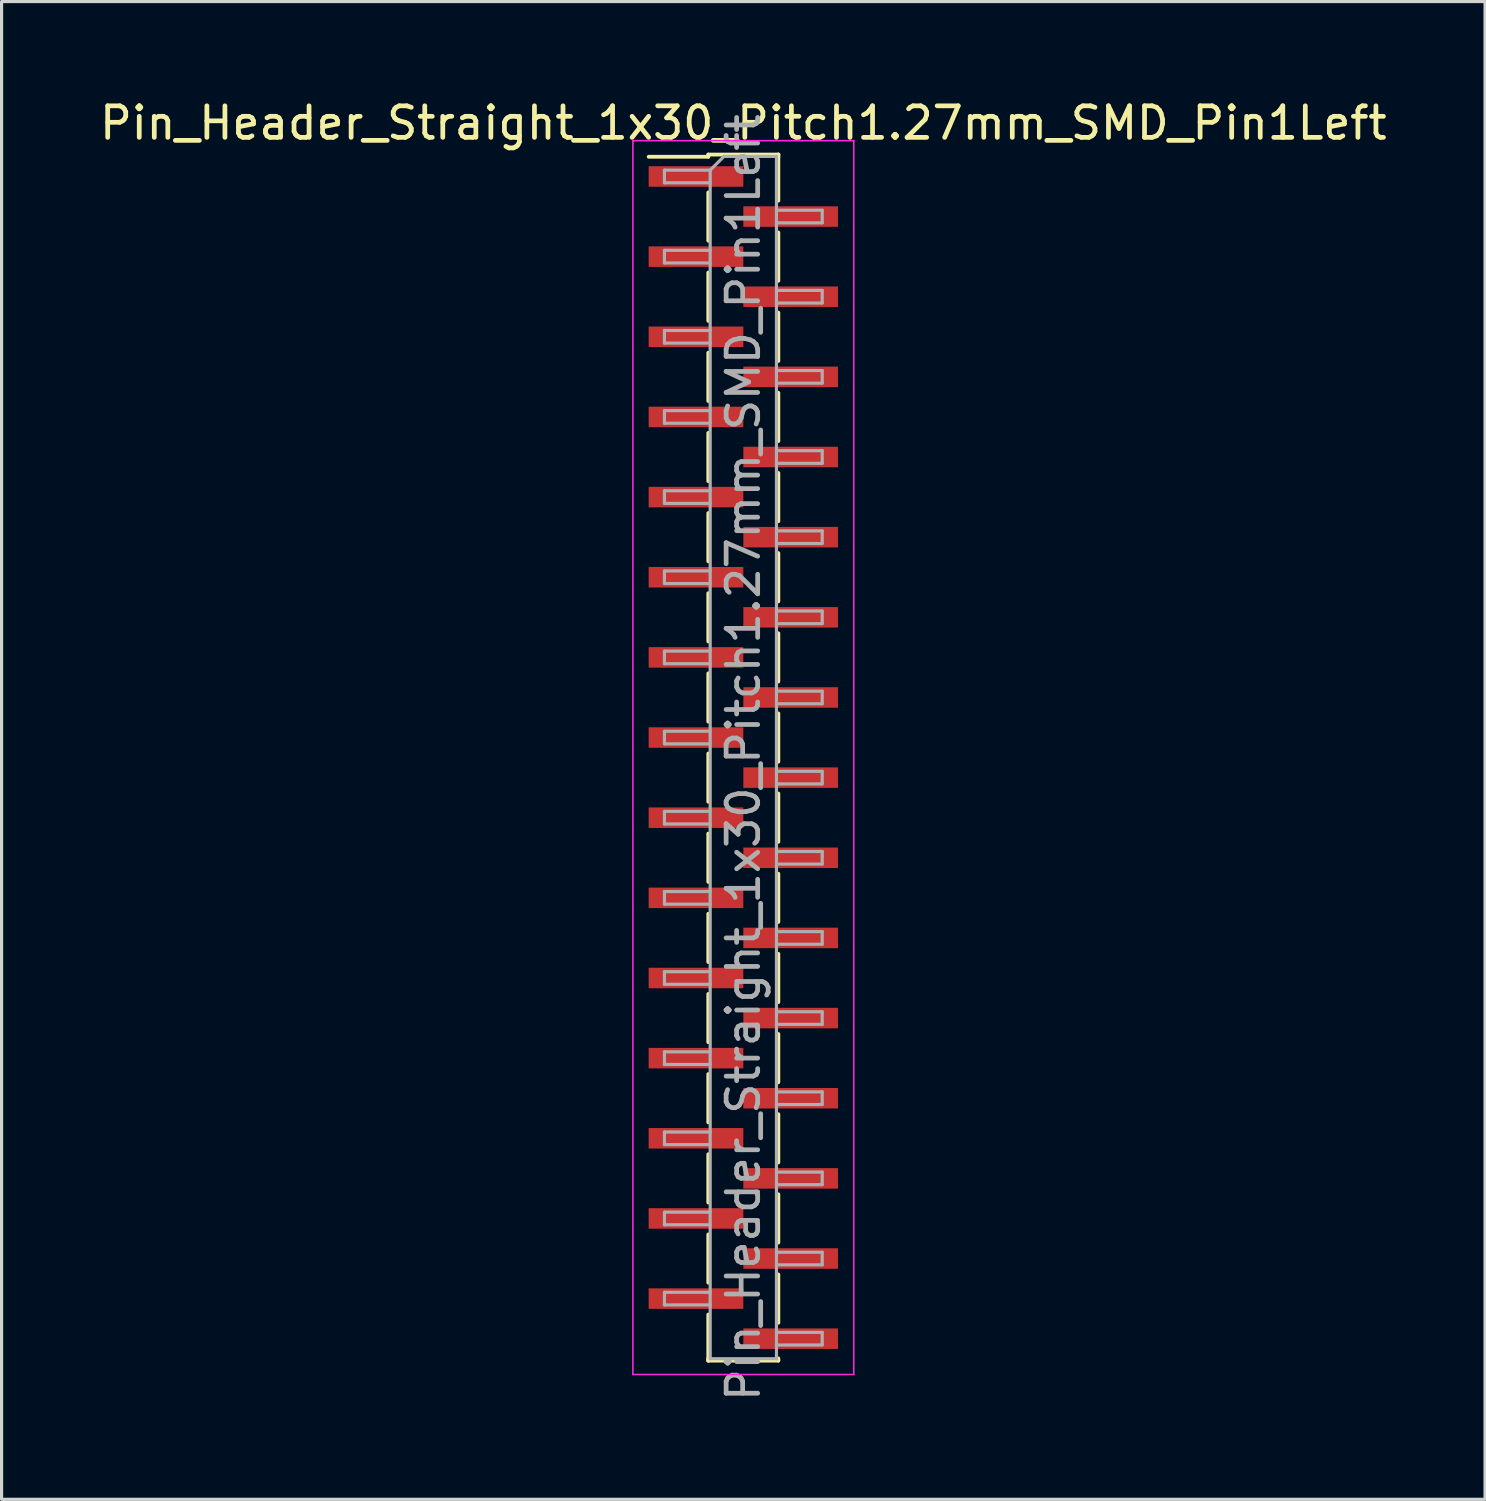
<source format=kicad_pcb>
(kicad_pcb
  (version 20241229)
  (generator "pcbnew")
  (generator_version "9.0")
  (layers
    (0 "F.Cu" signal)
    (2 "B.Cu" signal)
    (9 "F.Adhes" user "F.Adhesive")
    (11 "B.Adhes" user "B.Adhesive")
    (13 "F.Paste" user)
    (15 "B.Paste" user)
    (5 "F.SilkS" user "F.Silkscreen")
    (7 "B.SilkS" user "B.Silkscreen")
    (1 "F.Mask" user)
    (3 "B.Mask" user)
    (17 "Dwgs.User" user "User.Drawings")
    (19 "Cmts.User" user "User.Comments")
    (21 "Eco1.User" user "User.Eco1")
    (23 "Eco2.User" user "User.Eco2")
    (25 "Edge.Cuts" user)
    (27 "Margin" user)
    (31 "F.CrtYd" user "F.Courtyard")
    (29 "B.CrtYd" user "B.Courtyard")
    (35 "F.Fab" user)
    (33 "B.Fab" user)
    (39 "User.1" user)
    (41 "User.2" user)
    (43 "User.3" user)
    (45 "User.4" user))
  (footprint "Pin_Header_Straight_1x30_Pitch1.27mm_SMD_Pin1Left"
    (layer "F.Cu")
    (at 20.506 20.958)
    (property "Reference" "Pin_Header_Straight_1x30_Pitch1.27mm_SMD_Pin1Left" (at 0 -20.11 0) (layer "F.SilkS") (effects (font (size 1 1) (thickness 0.15))))
    (attr smd)
    (fp_line (start -1.11 -19.11) (end 1.11 -19.11) (stroke (width 0.12) (type solid)) (layer "F.SilkS"))
    (fp_line (start -1.11 -19.04) (end -3 -19.04) (stroke (width 0.12) (type solid)) (layer "F.SilkS"))
    (fp_line (start -1.11 -19.04) (end -1.11 -19.11) (stroke (width 0.12) (type solid)) (layer "F.SilkS"))
    (fp_line (start -1.11 -17.91) (end -1.11 -16.38) (stroke (width 0.12) (type solid)) (layer "F.SilkS"))
    (fp_line (start -1.11 -15.37) (end -1.11 -13.84) (stroke (width 0.12) (type solid)) (layer "F.SilkS"))
    (fp_line (start -1.11 -12.83) (end -1.11 -11.3) (stroke (width 0.12) (type solid)) (layer "F.SilkS"))
    (fp_line (start -1.11 -10.29) (end -1.11 -8.76) (stroke (width 0.12) (type solid)) (layer "F.SilkS"))
    (fp_line (start -1.11 -7.75) (end -1.11 -6.22) (stroke (width 0.12) (type solid)) (layer "F.SilkS"))
    (fp_line (start -1.11 -5.21) (end -1.11 -3.68) (stroke (width 0.12) (type solid)) (layer "F.SilkS"))
    (fp_line (start -1.11 -2.67) (end -1.11 -1.14) (stroke (width 0.12) (type solid)) (layer "F.SilkS"))
    (fp_line (start -1.11 -0.13) (end -1.11 1.4) (stroke (width 0.12) (type solid)) (layer "F.SilkS"))
    (fp_line (start -1.11 2.41) (end -1.11 3.94) (stroke (width 0.12) (type solid)) (layer "F.SilkS"))
    (fp_line (start -1.11 4.95) (end -1.11 6.48) (stroke (width 0.12) (type solid)) (layer "F.SilkS"))
    (fp_line (start -1.11 7.49) (end -1.11 9.02) (stroke (width 0.12) (type solid)) (layer "F.SilkS"))
    (fp_line (start -1.11 10.03) (end -1.11 11.56) (stroke (width 0.12) (type solid)) (layer "F.SilkS"))
    (fp_line (start -1.11 12.57) (end -1.11 14.1) (stroke (width 0.12) (type solid)) (layer "F.SilkS"))
    (fp_line (start -1.11 15.11) (end -1.11 16.64) (stroke (width 0.12) (type solid)) (layer "F.SilkS"))
    (fp_line (start -1.11 17.65) (end -1.11 19.11) (stroke (width 0.12) (type solid)) (layer "F.SilkS"))
    (fp_line (start -1.11 19.04) (end -1.11 19.11) (stroke (width 0.12) (type solid)) (layer "F.SilkS"))
    (fp_line (start -1.11 19.11) (end 1.11 19.11) (stroke (width 0.12) (type solid)) (layer "F.SilkS"))
    (fp_line (start 1.11 -19.11) (end 1.11 -19.04) (stroke (width 0.12) (type solid)) (layer "F.SilkS"))
    (fp_line (start 1.11 -19.11) (end 1.11 -17.65) (stroke (width 0.12) (type solid)) (layer "F.SilkS"))
    (fp_line (start 1.11 -16.64) (end 1.11 -15.11) (stroke (width 0.12) (type solid)) (layer "F.SilkS"))
    (fp_line (start 1.11 -14.1) (end 1.11 -12.57) (stroke (width 0.12) (type solid)) (layer "F.SilkS"))
    (fp_line (start 1.11 -11.56) (end 1.11 -10.03) (stroke (width 0.12) (type solid)) (layer "F.SilkS"))
    (fp_line (start 1.11 -9.02) (end 1.11 -7.49) (stroke (width 0.12) (type solid)) (layer "F.SilkS"))
    (fp_line (start 1.11 -6.48) (end 1.11 -4.95) (stroke (width 0.12) (type solid)) (layer "F.SilkS"))
    (fp_line (start 1.11 -3.94) (end 1.11 -2.41) (stroke (width 0.12) (type solid)) (layer "F.SilkS"))
    (fp_line (start 1.11 -1.4) (end 1.11 0.13) (stroke (width 0.12) (type solid)) (layer "F.SilkS"))
    (fp_line (start 1.11 1.14) (end 1.11 2.67) (stroke (width 0.12) (type solid)) (layer "F.SilkS"))
    (fp_line (start 1.11 3.68) (end 1.11 5.21) (stroke (width 0.12) (type solid)) (layer "F.SilkS"))
    (fp_line (start 1.11 6.22) (end 1.11 7.75) (stroke (width 0.12) (type solid)) (layer "F.SilkS"))
    (fp_line (start 1.11 8.76) (end 1.11 10.29) (stroke (width 0.12) (type solid)) (layer "F.SilkS"))
    (fp_line (start 1.11 11.3) (end 1.11 12.83) (stroke (width 0.12) (type solid)) (layer "F.SilkS"))
    (fp_line (start 1.11 13.84) (end 1.11 15.37) (stroke (width 0.12) (type solid)) (layer "F.SilkS"))
    (fp_line (start 1.11 16.38) (end 1.11 17.91) (stroke (width 0.12) (type solid)) (layer "F.SilkS"))
    (fp_line (start 1.11 19.11) (end 1.11 19.04) (stroke (width 0.12) (type solid)) (layer "F.SilkS"))
    (fp_line (start -3.5 -19.55) (end -3.5 19.55) (stroke (width 0.05) (type solid)) (layer "F.CrtYd"))
    (fp_line (start -3.5 19.55) (end 3.5 19.55) (stroke (width 0.05) (type solid)) (layer "F.CrtYd"))
    (fp_line (start 3.5 -19.55) (end -3.5 -19.55) (stroke (width 0.05) (type solid)) (layer "F.CrtYd"))
    (fp_line (start 3.5 19.55) (end 3.5 -19.55) (stroke (width 0.05) (type solid)) (layer "F.CrtYd"))
    (fp_line (start -2.5 -18.615) (end -2.5 -18.215) (stroke (width 0.1) (type solid)) (layer "F.Fab"))
    (fp_line (start -2.5 -18.215) (end -1.05 -18.215) (stroke (width 0.1) (type solid)) (layer "F.Fab"))
    (fp_line (start -2.5 -16.075) (end -2.5 -15.675) (stroke (width 0.1) (type solid)) (layer "F.Fab"))
    (fp_line (start -2.5 -15.675) (end -1.05 -15.675) (stroke (width 0.1) (type solid)) (layer "F.Fab"))
    (fp_line (start -2.5 -13.535) (end -2.5 -13.135) (stroke (width 0.1) (type solid)) (layer "F.Fab"))
    (fp_line (start -2.5 -13.135) (end -1.05 -13.135) (stroke (width 0.1) (type solid)) (layer "F.Fab"))
    (fp_line (start -2.5 -10.995) (end -2.5 -10.595) (stroke (width 0.1) (type solid)) (layer "F.Fab"))
    (fp_line (start -2.5 -10.595) (end -1.05 -10.595) (stroke (width 0.1) (type solid)) (layer "F.Fab"))
    (fp_line (start -2.5 -8.455) (end -2.5 -8.055) (stroke (width 0.1) (type solid)) (layer "F.Fab"))
    (fp_line (start -2.5 -8.055) (end -1.05 -8.055) (stroke (width 0.1) (type solid)) (layer "F.Fab"))
    (fp_line (start -2.5 -5.915) (end -2.5 -5.515) (stroke (width 0.1) (type solid)) (layer "F.Fab"))
    (fp_line (start -2.5 -5.515) (end -1.05 -5.515) (stroke (width 0.1) (type solid)) (layer "F.Fab"))
    (fp_line (start -2.5 -3.375) (end -2.5 -2.975) (stroke (width 0.1) (type solid)) (layer "F.Fab"))
    (fp_line (start -2.5 -2.975) (end -1.05 -2.975) (stroke (width 0.1) (type solid)) (layer "F.Fab"))
    (fp_line (start -2.5 -0.835) (end -2.5 -0.435) (stroke (width 0.1) (type solid)) (layer "F.Fab"))
    (fp_line (start -2.5 -0.435) (end -1.05 -0.435) (stroke (width 0.1) (type solid)) (layer "F.Fab"))
    (fp_line (start -2.5 1.705) (end -2.5 2.105) (stroke (width 0.1) (type solid)) (layer "F.Fab"))
    (fp_line (start -2.5 2.105) (end -1.05 2.105) (stroke (width 0.1) (type solid)) (layer "F.Fab"))
    (fp_line (start -2.5 4.245) (end -2.5 4.645) (stroke (width 0.1) (type solid)) (layer "F.Fab"))
    (fp_line (start -2.5 4.645) (end -1.05 4.645) (stroke (width 0.1) (type solid)) (layer "F.Fab"))
    (fp_line (start -2.5 6.785) (end -2.5 7.185) (stroke (width 0.1) (type solid)) (layer "F.Fab"))
    (fp_line (start -2.5 7.185) (end -1.05 7.185) (stroke (width 0.1) (type solid)) (layer "F.Fab"))
    (fp_line (start -2.5 9.325) (end -2.5 9.725) (stroke (width 0.1) (type solid)) (layer "F.Fab"))
    (fp_line (start -2.5 9.725) (end -1.05 9.725) (stroke (width 0.1) (type solid)) (layer "F.Fab"))
    (fp_line (start -2.5 11.865) (end -2.5 12.265) (stroke (width 0.1) (type solid)) (layer "F.Fab"))
    (fp_line (start -2.5 12.265) (end -1.05 12.265) (stroke (width 0.1) (type solid)) (layer "F.Fab"))
    (fp_line (start -2.5 14.405) (end -2.5 14.805) (stroke (width 0.1) (type solid)) (layer "F.Fab"))
    (fp_line (start -2.5 14.805) (end -1.05 14.805) (stroke (width 0.1) (type solid)) (layer "F.Fab"))
    (fp_line (start -2.5 16.945) (end -2.5 17.345) (stroke (width 0.1) (type solid)) (layer "F.Fab"))
    (fp_line (start -2.5 17.345) (end -1.05 17.345) (stroke (width 0.1) (type solid)) (layer "F.Fab"))
    (fp_line (start -1.05 -18.615) (end -2.5 -18.615) (stroke (width 0.1) (type solid)) (layer "F.Fab"))
    (fp_line (start -1.05 -18.615) (end -0.615 -19.05) (stroke (width 0.1) (type solid)) (layer "F.Fab"))
    (fp_line (start -1.05 -16.075) (end -2.5 -16.075) (stroke (width 0.1) (type solid)) (layer "F.Fab"))
    (fp_line (start -1.05 -13.535) (end -2.5 -13.535) (stroke (width 0.1) (type solid)) (layer "F.Fab"))
    (fp_line (start -1.05 -10.995) (end -2.5 -10.995) (stroke (width 0.1) (type solid)) (layer "F.Fab"))
    (fp_line (start -1.05 -8.455) (end -2.5 -8.455) (stroke (width 0.1) (type solid)) (layer "F.Fab"))
    (fp_line (start -1.05 -5.915) (end -2.5 -5.915) (stroke (width 0.1) (type solid)) (layer "F.Fab"))
    (fp_line (start -1.05 -3.375) (end -2.5 -3.375) (stroke (width 0.1) (type solid)) (layer "F.Fab"))
    (fp_line (start -1.05 -0.835) (end -2.5 -0.835) (stroke (width 0.1) (type solid)) (layer "F.Fab"))
    (fp_line (start -1.05 1.705) (end -2.5 1.705) (stroke (width 0.1) (type solid)) (layer "F.Fab"))
    (fp_line (start -1.05 4.245) (end -2.5 4.245) (stroke (width 0.1) (type solid)) (layer "F.Fab"))
    (fp_line (start -1.05 6.785) (end -2.5 6.785) (stroke (width 0.1) (type solid)) (layer "F.Fab"))
    (fp_line (start -1.05 9.325) (end -2.5 9.325) (stroke (width 0.1) (type solid)) (layer "F.Fab"))
    (fp_line (start -1.05 11.865) (end -2.5 11.865) (stroke (width 0.1) (type solid)) (layer "F.Fab"))
    (fp_line (start -1.05 14.405) (end -2.5 14.405) (stroke (width 0.1) (type solid)) (layer "F.Fab"))
    (fp_line (start -1.05 16.945) (end -2.5 16.945) (stroke (width 0.1) (type solid)) (layer "F.Fab"))
    (fp_line (start -1.05 19.05) (end -1.05 -18.615) (stroke (width 0.1) (type solid)) (layer "F.Fab"))
    (fp_line (start -0.615 -19.05) (end 1.05 -19.05) (stroke (width 0.1) (type solid)) (layer "F.Fab"))
    (fp_line (start 1.05 -19.05) (end 1.05 19.05) (stroke (width 0.1) (type solid)) (layer "F.Fab"))
    (fp_line (start 1.05 -17.345) (end 2.5 -17.345) (stroke (width 0.1) (type solid)) (layer "F.Fab"))
    (fp_line (start 1.05 -14.805) (end 2.5 -14.805) (stroke (width 0.1) (type solid)) (layer "F.Fab"))
    (fp_line (start 1.05 -12.265) (end 2.5 -12.265) (stroke (width 0.1) (type solid)) (layer "F.Fab"))
    (fp_line (start 1.05 -9.725) (end 2.5 -9.725) (stroke (width 0.1) (type solid)) (layer "F.Fab"))
    (fp_line (start 1.05 -7.185) (end 2.5 -7.185) (stroke (width 0.1) (type solid)) (layer "F.Fab"))
    (fp_line (start 1.05 -4.645) (end 2.5 -4.645) (stroke (width 0.1) (type solid)) (layer "F.Fab"))
    (fp_line (start 1.05 -2.105) (end 2.5 -2.105) (stroke (width 0.1) (type solid)) (layer "F.Fab"))
    (fp_line (start 1.05 0.435) (end 2.5 0.435) (stroke (width 0.1) (type solid)) (layer "F.Fab"))
    (fp_line (start 1.05 2.975) (end 2.5 2.975) (stroke (width 0.1) (type solid)) (layer "F.Fab"))
    (fp_line (start 1.05 5.515) (end 2.5 5.515) (stroke (width 0.1) (type solid)) (layer "F.Fab"))
    (fp_line (start 1.05 8.055) (end 2.5 8.055) (stroke (width 0.1) (type solid)) (layer "F.Fab"))
    (fp_line (start 1.05 10.595) (end 2.5 10.595) (stroke (width 0.1) (type solid)) (layer "F.Fab"))
    (fp_line (start 1.05 13.135) (end 2.5 13.135) (stroke (width 0.1) (type solid)) (layer "F.Fab"))
    (fp_line (start 1.05 15.675) (end 2.5 15.675) (stroke (width 0.1) (type solid)) (layer "F.Fab"))
    (fp_line (start 1.05 18.215) (end 2.5 18.215) (stroke (width 0.1) (type solid)) (layer "F.Fab"))
    (fp_line (start 1.05 19.05) (end -1.05 19.05) (stroke (width 0.1) (type solid)) (layer "F.Fab"))
    (fp_line (start 2.5 -17.345) (end 2.5 -16.945) (stroke (width 0.1) (type solid)) (layer "F.Fab"))
    (fp_line (start 2.5 -16.945) (end 1.05 -16.945) (stroke (width 0.1) (type solid)) (layer "F.Fab"))
    (fp_line (start 2.5 -14.805) (end 2.5 -14.405) (stroke (width 0.1) (type solid)) (layer "F.Fab"))
    (fp_line (start 2.5 -14.405) (end 1.05 -14.405) (stroke (width 0.1) (type solid)) (layer "F.Fab"))
    (fp_line (start 2.5 -12.265) (end 2.5 -11.865) (stroke (width 0.1) (type solid)) (layer "F.Fab"))
    (fp_line (start 2.5 -11.865) (end 1.05 -11.865) (stroke (width 0.1) (type solid)) (layer "F.Fab"))
    (fp_line (start 2.5 -9.725) (end 2.5 -9.325) (stroke (width 0.1) (type solid)) (layer "F.Fab"))
    (fp_line (start 2.5 -9.325) (end 1.05 -9.325) (stroke (width 0.1) (type solid)) (layer "F.Fab"))
    (fp_line (start 2.5 -7.185) (end 2.5 -6.785) (stroke (width 0.1) (type solid)) (layer "F.Fab"))
    (fp_line (start 2.5 -6.785) (end 1.05 -6.785) (stroke (width 0.1) (type solid)) (layer "F.Fab"))
    (fp_line (start 2.5 -4.645) (end 2.5 -4.245) (stroke (width 0.1) (type solid)) (layer "F.Fab"))
    (fp_line (start 2.5 -4.245) (end 1.05 -4.245) (stroke (width 0.1) (type solid)) (layer "F.Fab"))
    (fp_line (start 2.5 -2.105) (end 2.5 -1.705) (stroke (width 0.1) (type solid)) (layer "F.Fab"))
    (fp_line (start 2.5 -1.705) (end 1.05 -1.705) (stroke (width 0.1) (type solid)) (layer "F.Fab"))
    (fp_line (start 2.5 0.435) (end 2.5 0.835) (stroke (width 0.1) (type solid)) (layer "F.Fab"))
    (fp_line (start 2.5 0.835) (end 1.05 0.835) (stroke (width 0.1) (type solid)) (layer "F.Fab"))
    (fp_line (start 2.5 2.975) (end 2.5 3.375) (stroke (width 0.1) (type solid)) (layer "F.Fab"))
    (fp_line (start 2.5 3.375) (end 1.05 3.375) (stroke (width 0.1) (type solid)) (layer "F.Fab"))
    (fp_line (start 2.5 5.515) (end 2.5 5.915) (stroke (width 0.1) (type solid)) (layer "F.Fab"))
    (fp_line (start 2.5 5.915) (end 1.05 5.915) (stroke (width 0.1) (type solid)) (layer "F.Fab"))
    (fp_line (start 2.5 8.055) (end 2.5 8.455) (stroke (width 0.1) (type solid)) (layer "F.Fab"))
    (fp_line (start 2.5 8.455) (end 1.05 8.455) (stroke (width 0.1) (type solid)) (layer "F.Fab"))
    (fp_line (start 2.5 10.595) (end 2.5 10.995) (stroke (width 0.1) (type solid)) (layer "F.Fab"))
    (fp_line (start 2.5 10.995) (end 1.05 10.995) (stroke (width 0.1) (type solid)) (layer "F.Fab"))
    (fp_line (start 2.5 13.135) (end 2.5 13.535) (stroke (width 0.1) (type solid)) (layer "F.Fab"))
    (fp_line (start 2.5 13.535) (end 1.05 13.535) (stroke (width 0.1) (type solid)) (layer "F.Fab"))
    (fp_line (start 2.5 15.675) (end 2.5 16.075) (stroke (width 0.1) (type solid)) (layer "F.Fab"))
    (fp_line (start 2.5 16.075) (end 1.05 16.075) (stroke (width 0.1) (type solid)) (layer "F.Fab"))
    (fp_line (start 2.5 18.215) (end 2.5 18.615) (stroke (width 0.1) (type solid)) (layer "F.Fab"))
    (fp_line (start 2.5 18.615) (end 1.05 18.615) (stroke (width 0.1) (type solid)) (layer "F.Fab"))
    (fp_text user "${REFERENCE}" (at 0 0 90) (layer "F.Fab") (effects (font (size 1 1) (thickness 0.15))))
    (pad "1" smd rect (at -1.5 -18.415) (size 3 0.65) (layers "F.Cu" "F.Mask" "F.Paste"))
    (pad "2" smd rect (at 1.5 -17.145) (size 3 0.65) (layers "F.Cu" "F.Mask" "F.Paste"))
    (pad "3" smd rect (at -1.5 -15.875) (size 3 0.65) (layers "F.Cu" "F.Mask" "F.Paste"))
    (pad "4" smd rect (at 1.5 -14.605) (size 3 0.65) (layers "F.Cu" "F.Mask" "F.Paste"))
    (pad "5" smd rect (at -1.5 -13.335) (size 3 0.65) (layers "F.Cu" "F.Mask" "F.Paste"))
    (pad "6" smd rect (at 1.5 -12.065) (size 3 0.65) (layers "F.Cu" "F.Mask" "F.Paste"))
    (pad "7" smd rect (at -1.5 -10.795) (size 3 0.65) (layers "F.Cu" "F.Mask" "F.Paste"))
    (pad "8" smd rect (at 1.5 -9.525) (size 3 0.65) (layers "F.Cu" "F.Mask" "F.Paste"))
    (pad "9" smd rect (at -1.5 -8.255) (size 3 0.65) (layers "F.Cu" "F.Mask" "F.Paste"))
    (pad "10" smd rect (at 1.5 -6.985) (size 3 0.65) (layers "F.Cu" "F.Mask" "F.Paste"))
    (pad "11" smd rect (at -1.5 -5.715) (size 3 0.65) (layers "F.Cu" "F.Mask" "F.Paste"))
    (pad "12" smd rect (at 1.5 -4.445) (size 3 0.65) (layers "F.Cu" "F.Mask" "F.Paste"))
    (pad "13" smd rect (at -1.5 -3.175) (size 3 0.65) (layers "F.Cu" "F.Mask" "F.Paste"))
    (pad "14" smd rect (at 1.5 -1.905) (size 3 0.65) (layers "F.Cu" "F.Mask" "F.Paste"))
    (pad "15" smd rect (at -1.5 -0.635) (size 3 0.65) (layers "F.Cu" "F.Mask" "F.Paste"))
    (pad "16" smd rect (at 1.5 0.635) (size 3 0.65) (layers "F.Cu" "F.Mask" "F.Paste"))
    (pad "17" smd rect (at -1.5 1.905) (size 3 0.65) (layers "F.Cu" "F.Mask" "F.Paste"))
    (pad "18" smd rect (at 1.5 3.175) (size 3 0.65) (layers "F.Cu" "F.Mask" "F.Paste"))
    (pad "19" smd rect (at -1.5 4.445) (size 3 0.65) (layers "F.Cu" "F.Mask" "F.Paste"))
    (pad "20" smd rect (at 1.5 5.715) (size 3 0.65) (layers "F.Cu" "F.Mask" "F.Paste"))
    (pad "21" smd rect (at -1.5 6.985) (size 3 0.65) (layers "F.Cu" "F.Mask" "F.Paste"))
    (pad "22" smd rect (at 1.5 8.255) (size 3 0.65) (layers "F.Cu" "F.Mask" "F.Paste"))
    (pad "23" smd rect (at -1.5 9.525) (size 3 0.65) (layers "F.Cu" "F.Mask" "F.Paste"))
    (pad "24" smd rect (at 1.5 10.795) (size 3 0.65) (layers "F.Cu" "F.Mask" "F.Paste"))
    (pad "25" smd rect (at -1.5 12.065) (size 3 0.65) (layers "F.Cu" "F.Mask" "F.Paste"))
    (pad "26" smd rect (at 1.5 13.335) (size 3 0.65) (layers "F.Cu" "F.Mask" "F.Paste"))
    (pad "27" smd rect (at -1.5 14.605) (size 3 0.65) (layers "F.Cu" "F.Mask" "F.Paste"))
    (pad "28" smd rect (at 1.5 15.875) (size 3 0.65) (layers "F.Cu" "F.Mask" "F.Paste"))
    (pad "29" smd rect (at -1.5 17.145) (size 3 0.65) (layers "F.Cu" "F.Mask" "F.Paste"))
    (pad "30" smd rect (at 1.5 18.415) (size 3 0.65) (layers "F.Cu" "F.Mask" "F.Paste")))
  (gr_rect
    (start -3 -3)
    (end 44.012 44.464)
    (stroke (width 0.1) (type default))
    (fill no)
    (layer "Edge.Cuts")))
</source>
